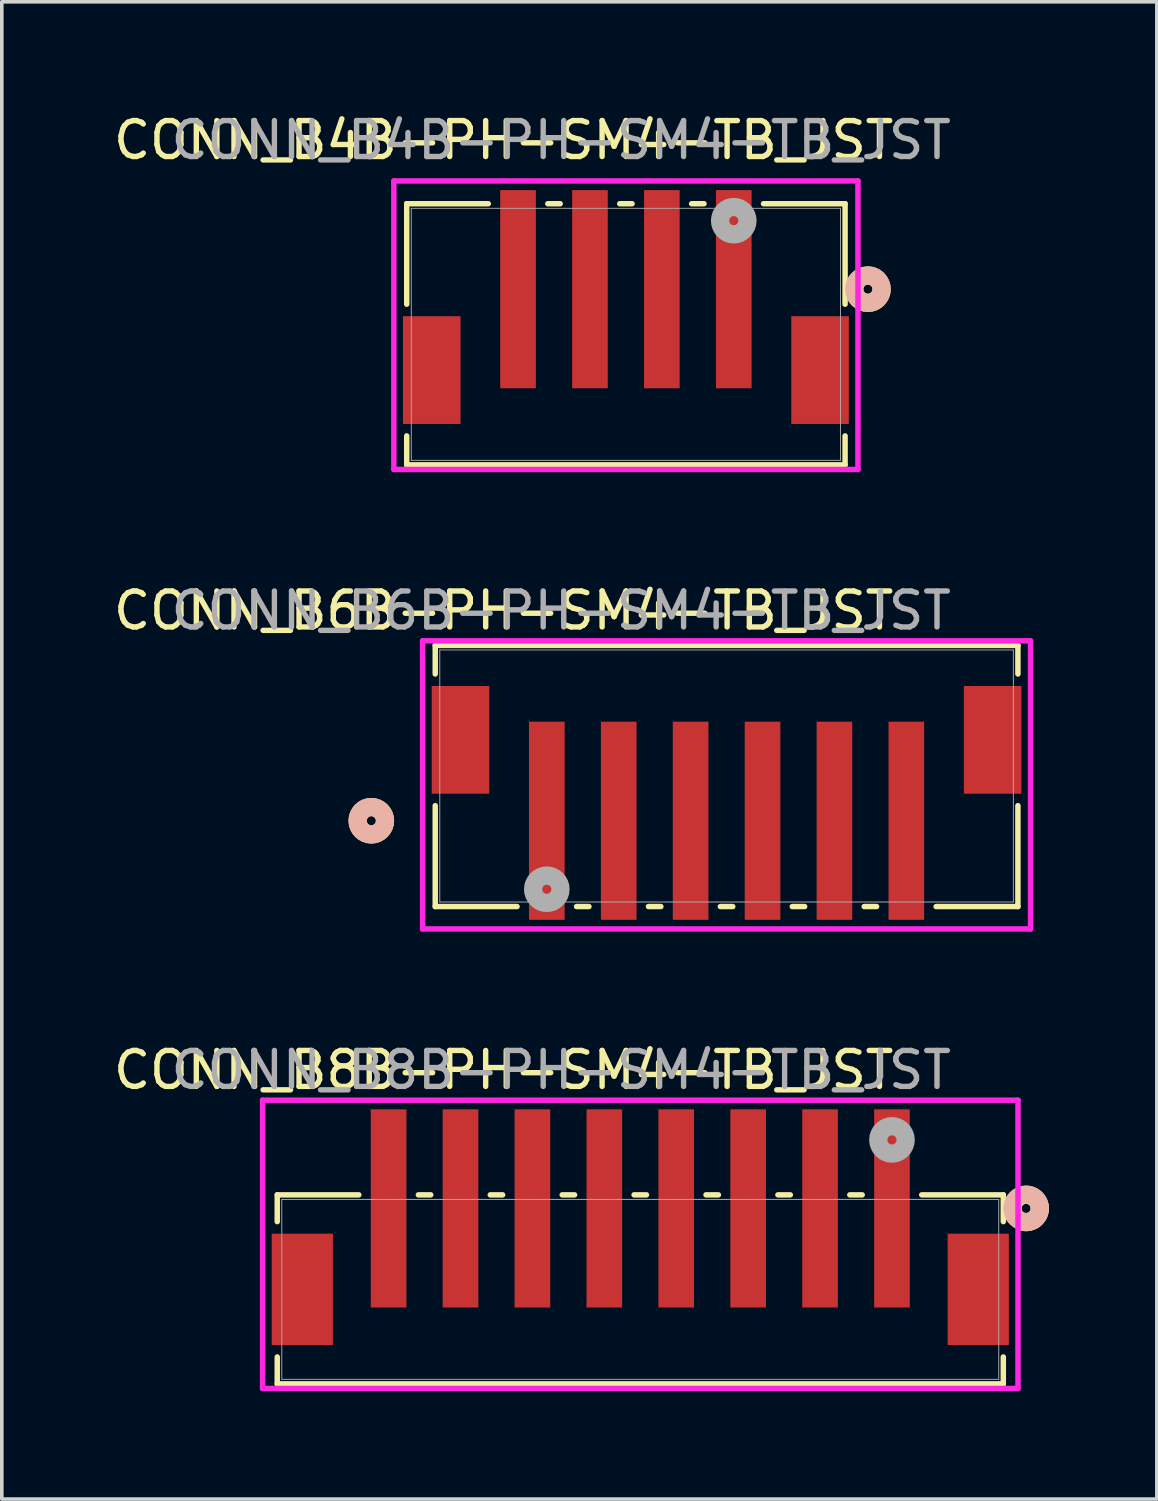
<source format=kicad_pcb>
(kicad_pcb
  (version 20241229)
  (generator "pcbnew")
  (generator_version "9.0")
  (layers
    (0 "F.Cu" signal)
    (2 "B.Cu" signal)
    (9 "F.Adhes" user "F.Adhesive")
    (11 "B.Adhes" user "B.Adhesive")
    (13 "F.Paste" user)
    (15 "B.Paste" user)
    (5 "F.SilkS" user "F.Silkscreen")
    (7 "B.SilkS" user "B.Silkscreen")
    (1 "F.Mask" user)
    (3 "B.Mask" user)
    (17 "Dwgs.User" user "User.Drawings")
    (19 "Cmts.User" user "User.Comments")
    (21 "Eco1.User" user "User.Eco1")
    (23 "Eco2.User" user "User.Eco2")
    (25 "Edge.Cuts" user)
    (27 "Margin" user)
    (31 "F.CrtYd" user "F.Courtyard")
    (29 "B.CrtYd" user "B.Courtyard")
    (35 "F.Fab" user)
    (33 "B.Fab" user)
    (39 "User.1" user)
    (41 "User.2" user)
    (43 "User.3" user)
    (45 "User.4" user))
  (footprint "CONN_B8B-PH-SM4-TB_JST"
    (layer "F.Cu")
    (at 14.758 32.811)
    (property "Reference" "CONN_B8B-PH-SM4-TB_JST" (at -3.8 -6.1 0) (unlocked yes) (layer "F.SilkS") (effects (font (size 1 1) (thickness 0.15))))
    (attr smd)
    (fp_line (start -10.097 -2.629) (end -10.097 -1.884) (stroke (width 0.152) (type solid)) (layer "F.SilkS"))
    (fp_line (start -10.097 1.88) (end -10.097 2.629) (stroke (width 0.152) (type solid)) (layer "F.SilkS"))
    (fp_line (start -10.097 2.629) (end 10.097 2.629) (stroke (width 0.152) (type solid)) (layer "F.SilkS"))
    (fp_line (start -7.828 -2.629) (end -10.097 -2.629) (stroke (width 0.152) (type solid)) (layer "F.SilkS"))
    (fp_line (start -5.828 -2.629) (end -6.172 -2.629) (stroke (width 0.152) (type solid)) (layer "F.SilkS"))
    (fp_line (start -3.828 -2.629) (end -4.172 -2.629) (stroke (width 0.152) (type solid)) (layer "F.SilkS"))
    (fp_line (start -1.828 -2.629) (end -2.172 -2.629) (stroke (width 0.152) (type solid)) (layer "F.SilkS"))
    (fp_line (start 0.172 -2.629) (end -0.172 -2.629) (stroke (width 0.152) (type solid)) (layer "F.SilkS"))
    (fp_line (start 2.172 -2.629) (end 1.828 -2.629) (stroke (width 0.152) (type solid)) (layer "F.SilkS"))
    (fp_line (start 4.172 -2.629) (end 3.828 -2.629) (stroke (width 0.152) (type solid)) (layer "F.SilkS"))
    (fp_line (start 6.172 -2.629) (end 5.828 -2.629) (stroke (width 0.152) (type solid)) (layer "F.SilkS"))
    (fp_line (start 10.097 -2.629) (end 7.828 -2.629) (stroke (width 0.152) (type solid)) (layer "F.SilkS"))
    (fp_line (start 10.097 -1.884) (end 10.097 -2.629) (stroke (width 0.152) (type solid)) (layer "F.SilkS"))
    (fp_line (start 10.097 2.629) (end 10.097 1.88) (stroke (width 0.152) (type solid)) (layer "F.SilkS"))
    (fp_arc (start 10.41953 -2.033186) (mid 10.616826 -2.615233) (end 11.1125 -2.2519) (stroke (width 0.508) (type solid)) (layer "F.SilkS"))
    (fp_arc (start 11.1125 -2.2519) (mid 10.966244 -1.951806) (end 10.639765 -1.882109) (stroke (width 0.508) (type solid)) (layer "F.SilkS"))
    (fp_circle (center 10.732 -2.252) (end 11.113 -2.252) (stroke (width 0.508) (type solid)) (fill no) (layer "B.SilkS"))
    (fp_line (start -10.505 -5.262) (end -10.505 2.756) (stroke (width 0.152) (type solid)) (layer "F.CrtYd"))
    (fp_line (start -10.505 2.756) (end 10.505 2.756) (stroke (width 0.152) (type solid)) (layer "F.CrtYd"))
    (fp_line (start 10.505 -5.262) (end -10.505 -5.262) (stroke (width 0.152) (type solid)) (layer "F.CrtYd"))
    (fp_line (start 10.505 2.756) (end 10.505 -5.262) (stroke (width 0.152) (type solid)) (layer "F.CrtYd"))
    (fp_line (start -9.97 -2.502) (end -9.97 2.502) (stroke (width 0.025) (type solid)) (layer "F.Fab"))
    (fp_line (start -9.97 2.502) (end 9.97 2.502) (stroke (width 0.025) (type solid)) (layer "F.Fab"))
    (fp_line (start 9.97 -2.502) (end -9.97 -2.502) (stroke (width 0.025) (type solid)) (layer "F.Fab"))
    (fp_line (start 9.97 2.502) (end 9.97 -2.502) (stroke (width 0.025) (type solid)) (layer "F.Fab"))
    (fp_circle (center 7 -4.157) (end 7.381 -4.157) (stroke (width 0.508) (type solid)) (fill no) (layer "F.Fab"))
    (fp_text user "${REFERENCE}" (at -2.2 -6.1 0) (unlocked yes) (layer "F.Fab") (effects (font (size 1 1) (thickness 0.15))))
    (pad "1" smd rect (at 7 -2.252) (size 0.991 5.512) (layers "F.Cu" "F.Mask" "F.Paste"))
    (pad "2" smd rect (at 5 -2.252) (size 0.991 5.512) (layers "F.Cu" "F.Mask" "F.Paste"))
    (pad "3" smd rect (at 3 -2.252) (size 0.991 5.512) (layers "F.Cu" "F.Mask" "F.Paste"))
    (pad "4" smd rect (at 1 -2.252) (size 0.991 5.512) (layers "F.Cu" "F.Mask" "F.Paste"))
    (pad "5" smd rect (at -1 -2.252) (size 0.991 5.512) (layers "F.Cu" "F.Mask" "F.Paste"))
    (pad "6" smd rect (at -3 -2.252) (size 0.991 5.512) (layers "F.Cu" "F.Mask" "F.Paste"))
    (pad "7" smd rect (at -5 -2.252) (size 0.991 5.512) (layers "F.Cu" "F.Mask" "F.Paste"))
    (pad "8" smd rect (at -7 -2.252) (size 0.991 5.512) (layers "F.Cu" "F.Mask" "F.Paste"))
    (pad "9" smd rect (at -9.4 0) (size 1.702 3.099) (layers "F.Cu" "F.Mask" "F.Paste"))
    (pad "10" smd rect (at 9.4 0) (size 1.702 3.099) (layers "F.Cu" "F.Mask" "F.Paste")))
  (footprint "CONN_B4B-PH-SM4-TB_JST"
    (layer "F.Cu")
    (at 14.358 6.248)
    (property "Reference" "CONN_B4B-PH-SM4-TB_JST" (at -3.4 -5.4 0) (unlocked yes) (layer "F.SilkS") (effects (font (size 1 1) (thickness 0.15))))
    (attr smd)
    (fp_line (start -6.096 -3.632) (end -6.096 -0.837) (stroke (width 0.152) (type solid)) (layer "F.SilkS"))
    (fp_line (start -6.096 2.826) (end -6.096 3.632) (stroke (width 0.152) (type solid)) (layer "F.SilkS"))
    (fp_line (start -6.096 3.632) (end 6.096 3.632) (stroke (width 0.152) (type solid)) (layer "F.SilkS"))
    (fp_line (start -3.828 -3.632) (end -6.096 -3.632) (stroke (width 0.152) (type solid)) (layer "F.SilkS"))
    (fp_line (start -1.828 -3.632) (end -2.172 -3.632) (stroke (width 0.152) (type solid)) (layer "F.SilkS"))
    (fp_line (start 0.172 -3.632) (end -0.172 -3.632) (stroke (width 0.152) (type solid)) (layer "F.SilkS"))
    (fp_line (start 2.172 -3.632) (end 1.828 -3.632) (stroke (width 0.152) (type solid)) (layer "F.SilkS"))
    (fp_line (start 6.096 -3.632) (end 3.828 -3.632) (stroke (width 0.152) (type solid)) (layer "F.SilkS"))
    (fp_line (start 6.096 -0.837) (end 6.096 -3.632) (stroke (width 0.152) (type solid)) (layer "F.SilkS"))
    (fp_line (start 6.096 3.632) (end 6.096 2.826) (stroke (width 0.152) (type solid)) (layer "F.SilkS"))
    (fp_circle (center 6.731 -1.255) (end 7.112 -1.255) (stroke (width 0.508) (type solid)) (fill no) (layer "F.SilkS"))
    (fp_circle (center 6.731 -1.255) (end 7.112 -1.255) (stroke (width 0.508) (type solid)) (fill no) (layer "B.SilkS"))
    (fp_line (start -6.454 -4.265) (end -6.454 3.759) (stroke (width 0.152) (type solid)) (layer "F.CrtYd"))
    (fp_line (start -6.454 3.759) (end 6.454 3.759) (stroke (width 0.152) (type solid)) (layer "F.CrtYd"))
    (fp_line (start 6.454 -4.265) (end -6.454 -4.265) (stroke (width 0.152) (type solid)) (layer "F.CrtYd"))
    (fp_line (start 6.454 3.759) (end 6.454 -4.265) (stroke (width 0.152) (type solid)) (layer "F.CrtYd"))
    (fp_line (start -5.969 -3.505) (end -5.969 3.505) (stroke (width 0.025) (type solid)) (layer "F.Fab"))
    (fp_line (start -5.969 3.505) (end 5.969 3.505) (stroke (width 0.025) (type solid)) (layer "F.Fab"))
    (fp_line (start 5.969 -3.505) (end -5.969 -3.505) (stroke (width 0.025) (type solid)) (layer "F.Fab"))
    (fp_line (start 5.969 3.505) (end 5.969 -3.505) (stroke (width 0.025) (type solid)) (layer "F.Fab"))
    (fp_circle (center 3 -3.16) (end 3.381 -3.16) (stroke (width 0.508) (type solid)) (fill no) (layer "F.Fab"))
    (fp_text user "${REFERENCE}" (at -1.8 -5.4 0) (unlocked yes) (layer "F.Fab") (effects (font (size 1 1) (thickness 0.15))))
    (pad "1" smd rect (at 3 -1.255) (size 0.991 5.512) (layers "F.Cu" "F.Mask" "F.Paste"))
    (pad "2" smd rect (at 1 -1.255) (size 0.991 5.512) (layers "F.Cu" "F.Mask" "F.Paste"))
    (pad "3" smd rect (at -1 -1.255) (size 0.991 5.512) (layers "F.Cu" "F.Mask" "F.Paste"))
    (pad "4" smd rect (at -3 -1.255) (size 0.991 5.512) (layers "F.Cu" "F.Mask" "F.Paste"))
    (pad "5" smd rect (at -5.4 0.995) (size 1.6 2.997) (layers "F.Cu" "F.Mask" "F.Paste"))
    (pad "6" smd rect (at 5.4 0.995) (size 1.6 2.997) (layers "F.Cu" "F.Mask" "F.Paste")))
  (footprint "CONN_B6B-PH-SM4-TB_JST"
    (layer "F.Cu")
    (at 17.158 18.532)
    (property "Reference" "CONN_B6B-PH-SM4-TB_JST" (at -6.2 -4.6 0) (unlocked yes) (layer "F.SilkS") (effects (font (size 1 1) (thickness 0.15))))
    (attr smd)
    (fp_line (start -8.103 -3.632) (end -8.103 -2.837) (stroke (width 0.152) (type solid)) (layer "F.SilkS"))
    (fp_line (start -8.103 0.826) (end -8.103 3.632) (stroke (width 0.152) (type solid)) (layer "F.SilkS"))
    (fp_line (start -8.103 3.632) (end -5.828 3.632) (stroke (width 0.152) (type solid)) (layer "F.SilkS"))
    (fp_line (start -4.172 3.632) (end -3.828 3.632) (stroke (width 0.152) (type solid)) (layer "F.SilkS"))
    (fp_line (start -2.172 3.632) (end -1.828 3.632) (stroke (width 0.152) (type solid)) (layer "F.SilkS"))
    (fp_line (start -0.172 3.632) (end 0.172 3.632) (stroke (width 0.152) (type solid)) (layer "F.SilkS"))
    (fp_line (start 1.828 3.632) (end 2.172 3.632) (stroke (width 0.152) (type solid)) (layer "F.SilkS"))
    (fp_line (start 3.828 3.632) (end 4.172 3.632) (stroke (width 0.152) (type solid)) (layer "F.SilkS"))
    (fp_line (start 5.828 3.632) (end 8.103 3.632) (stroke (width 0.152) (type solid)) (layer "F.SilkS"))
    (fp_line (start 8.103 -3.632) (end -8.103 -3.632) (stroke (width 0.152) (type solid)) (layer "F.SilkS"))
    (fp_line (start 8.103 -2.837) (end 8.103 -3.632) (stroke (width 0.152) (type solid)) (layer "F.SilkS"))
    (fp_line (start 8.103 3.632) (end 8.103 0.826) (stroke (width 0.152) (type solid)) (layer "F.SilkS"))
    (fp_circle (center -9.881 1.245) (end -9.5 1.245) (stroke (width 0.508) (type solid)) (fill no) (layer "F.SilkS"))
    (fp_circle (center -9.881 1.245) (end -9.5 1.245) (stroke (width 0.508) (type solid)) (fill no) (layer "B.SilkS"))
    (fp_line (start -8.454 -3.759) (end -8.454 4.255) (stroke (width 0.152) (type solid)) (layer "F.CrtYd"))
    (fp_line (start -8.454 4.255) (end 8.454 4.255) (stroke (width 0.152) (type solid)) (layer "F.CrtYd"))
    (fp_line (start 8.454 -3.759) (end -8.454 -3.759) (stroke (width 0.152) (type solid)) (layer "F.CrtYd"))
    (fp_line (start 8.454 4.255) (end 8.454 -3.759) (stroke (width 0.152) (type solid)) (layer "F.CrtYd"))
    (fp_line (start -7.976 -3.505) (end -7.976 3.505) (stroke (width 0.025) (type solid)) (layer "F.Fab"))
    (fp_line (start -7.976 3.505) (end 7.976 3.505) (stroke (width 0.025) (type solid)) (layer "F.Fab"))
    (fp_line (start 7.976 -3.505) (end -7.976 -3.505) (stroke (width 0.025) (type solid)) (layer "F.Fab"))
    (fp_line (start 7.976 3.505) (end 7.976 -3.505) (stroke (width 0.025) (type solid)) (layer "F.Fab"))
    (fp_circle (center -5 3.15) (end -4.619 3.15) (stroke (width 0.508) (type solid)) (fill no) (layer "F.Fab"))
    (fp_text user "${REFERENCE}" (at -4.6 -4.6 0) (unlocked yes) (layer "F.Fab") (effects (font (size 1 1) (thickness 0.15))))
    (pad "1" smd rect (at -5 1.245) (size 0.991 5.512) (layers "F.Cu" "F.Mask" "F.Paste"))
    (pad "2" smd rect (at -3 1.245) (size 0.991 5.512) (layers "F.Cu" "F.Mask" "F.Paste"))
    (pad "3" smd rect (at -1 1.245) (size 0.991 5.512) (layers "F.Cu" "F.Mask" "F.Paste"))
    (pad "4" smd rect (at 1 1.245) (size 0.991 5.512) (layers "F.Cu" "F.Mask" "F.Paste"))
    (pad "5" smd rect (at 3 1.245) (size 0.991 5.512) (layers "F.Cu" "F.Mask" "F.Paste"))
    (pad "6" smd rect (at 5 1.245) (size 0.991 5.512) (layers "F.Cu" "F.Mask" "F.Paste"))
    (pad "7" smd rect (at -7.4 -1.005) (size 1.6 2.997) (layers "F.Cu" "F.Mask" "F.Paste"))
    (pad "8" smd rect (at 7.4 -1.005) (size 1.6 2.997) (layers "F.Cu" "F.Mask" "F.Paste")))
  (gr_rect
    (start -3 -3)
    (end 29.125 38.643)
    (stroke (width 0.1) (type default))
    (fill no)
    (layer "Edge.Cuts")))
</source>
